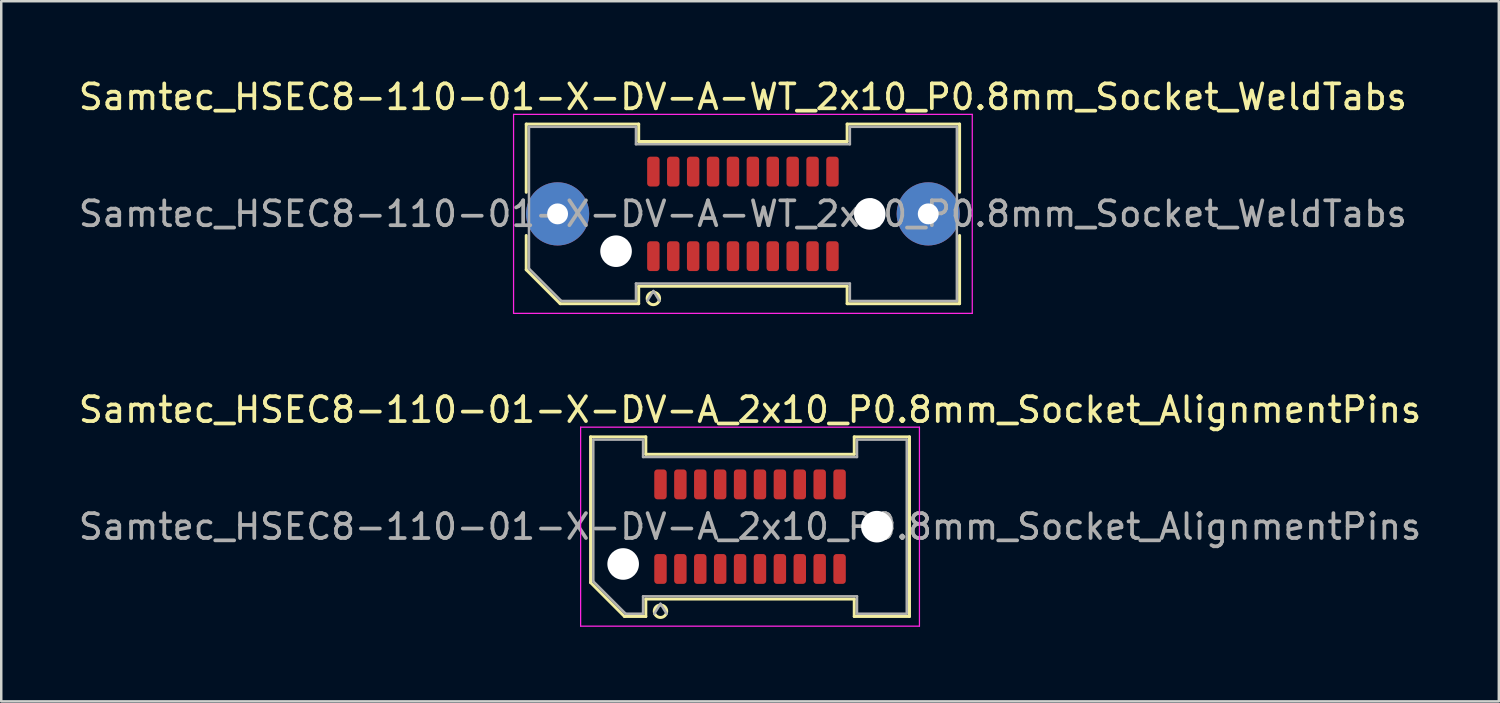
<source format=kicad_pcb>
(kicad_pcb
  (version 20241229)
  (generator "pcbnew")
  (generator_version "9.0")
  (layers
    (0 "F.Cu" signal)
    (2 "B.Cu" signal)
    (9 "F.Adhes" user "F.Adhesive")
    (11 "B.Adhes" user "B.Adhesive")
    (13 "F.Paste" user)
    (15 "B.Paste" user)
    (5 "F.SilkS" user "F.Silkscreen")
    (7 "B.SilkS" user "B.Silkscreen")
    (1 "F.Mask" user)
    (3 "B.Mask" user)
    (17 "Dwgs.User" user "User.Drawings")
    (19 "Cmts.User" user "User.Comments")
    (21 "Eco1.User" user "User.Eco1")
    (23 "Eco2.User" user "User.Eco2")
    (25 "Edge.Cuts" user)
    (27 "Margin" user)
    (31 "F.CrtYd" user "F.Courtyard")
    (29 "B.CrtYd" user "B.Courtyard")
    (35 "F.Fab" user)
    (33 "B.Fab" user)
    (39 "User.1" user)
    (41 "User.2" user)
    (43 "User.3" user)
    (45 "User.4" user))
  (footprint "Samtec_HSEC8-110-01-X-DV-A_2x10_P0.8mm_Socket_AlignmentPins"
    (layer "F.Cu")
    (at 27.101 18.122)
    (property "Reference" "Samtec_HSEC8-110-01-X-DV-A_2x10_P0.8mm_Socket_AlignmentPins" (at 0 -4.7 0) (layer "F.SilkS") (effects (font (size 1 1) (thickness 0.15))))
    (attr smd)
    (fp_line (start -6.41 -3.61) (end -4.19 -3.61) (stroke (width 0.12) (type solid)) (layer "F.SilkS"))
    (fp_line (start -6.41 2.246) (end -6.41 -3.61) (stroke (width 0.12) (type solid)) (layer "F.SilkS"))
    (fp_line (start -5.046 3.61) (end -6.41 2.246) (stroke (width 0.12) (type solid)) (layer "F.SilkS"))
    (fp_line (start -4.19 -3.61) (end -4.19 -2.91) (stroke (width 0.12) (type solid)) (layer "F.SilkS"))
    (fp_line (start -4.19 -2.91) (end 4.19 -2.91) (stroke (width 0.12) (type solid)) (layer "F.SilkS"))
    (fp_line (start -4.19 2.91) (end -4.19 3.61) (stroke (width 0.12) (type solid)) (layer "F.SilkS"))
    (fp_line (start -4.19 3.61) (end -5.046 3.61) (stroke (width 0.12) (type solid)) (layer "F.SilkS"))
    (fp_line (start 4.19 -3.61) (end 6.41 -3.61) (stroke (width 0.12) (type solid)) (layer "F.SilkS"))
    (fp_line (start 4.19 -2.91) (end 4.19 -3.61) (stroke (width 0.12) (type solid)) (layer "F.SilkS"))
    (fp_line (start 4.19 2.91) (end -4.19 2.91) (stroke (width 0.12) (type solid)) (layer "F.SilkS"))
    (fp_line (start 4.19 3.61) (end 4.19 2.91) (stroke (width 0.12) (type solid)) (layer "F.SilkS"))
    (fp_line (start 6.41 -3.61) (end 6.41 3.61) (stroke (width 0.12) (type solid)) (layer "F.SilkS"))
    (fp_line (start 6.41 3.61) (end 4.19 3.61) (stroke (width 0.12) (type solid)) (layer "F.SilkS"))
    (fp_arc (start -3.35 3.4) (mid -3.85 3.4) (end -3.35 3.4) (stroke (width 0.12) (type solid)) (layer "F.SilkS"))
    (fp_line (start -6.81 -4) (end -6.81 4) (stroke (width 0.05) (type solid)) (layer "F.CrtYd"))
    (fp_line (start -6.81 4) (end 6.81 4) (stroke (width 0.05) (type solid)) (layer "F.CrtYd"))
    (fp_line (start 6.81 -4) (end -6.81 -4) (stroke (width 0.05) (type solid)) (layer "F.CrtYd"))
    (fp_line (start 6.81 4) (end 6.81 -4) (stroke (width 0.05) (type solid)) (layer "F.CrtYd"))
    (fp_line (start -6.3 -3.5) (end -4.3 -3.5) (stroke (width 0.1) (type solid)) (layer "F.Fab"))
    (fp_line (start -6.3 2.2) (end -6.3 -3.5) (stroke (width 0.1) (type solid)) (layer "F.Fab"))
    (fp_line (start -5 3.5) (end -6.3 2.2) (stroke (width 0.1) (type solid)) (layer "F.Fab"))
    (fp_line (start -4.3 -3.5) (end -4.3 -2.8) (stroke (width 0.1) (type solid)) (layer "F.Fab"))
    (fp_line (start -4.3 -2.8) (end 4.3 -2.8) (stroke (width 0.1) (type solid)) (layer "F.Fab"))
    (fp_line (start -4.3 2.8) (end -4.3 3.5) (stroke (width 0.1) (type solid)) (layer "F.Fab"))
    (fp_line (start -4.3 3.5) (end -5 3.5) (stroke (width 0.1) (type solid)) (layer "F.Fab"))
    (fp_line (start -3.6 3.1) (end -3.85 3.5) (stroke (width 0.1) (type solid)) (layer "F.Fab"))
    (fp_line (start -3.6 3.1) (end -3.35 3.5) (stroke (width 0.1) (type solid)) (layer "F.Fab"))
    (fp_line (start 4.3 -3.5) (end 6.3 -3.5) (stroke (width 0.1) (type solid)) (layer "F.Fab"))
    (fp_line (start 4.3 -2.8) (end 4.3 -3.5) (stroke (width 0.1) (type solid)) (layer "F.Fab"))
    (fp_line (start 4.3 2.8) (end -4.3 2.8) (stroke (width 0.1) (type solid)) (layer "F.Fab"))
    (fp_line (start 4.3 3.5) (end 4.3 2.8) (stroke (width 0.1) (type solid)) (layer "F.Fab"))
    (fp_line (start 6.3 -3.5) (end 6.3 3.5) (stroke (width 0.1) (type solid)) (layer "F.Fab"))
    (fp_line (start 6.3 3.5) (end 4.3 3.5) (stroke (width 0.1) (type solid)) (layer "F.Fab"))
    (fp_text user "${REFERENCE}" (at 0 0 0) (layer "F.Fab") (effects (font (size 1 1) (thickness 0.15))))
    (pad "" np_thru_hole circle (at -5.1 1.5) (size 1.27 1.27) (drill 1.27) (layers "*.Cu" "*.Mask"))
    (pad "" np_thru_hole circle (at 5.1 0) (size 1.27 1.27) (drill 1.27) (layers "*.Cu" "*.Mask"))
    (pad "1" smd roundrect (at -3.6 1.7) (size 0.5 1.2) (layers "F.Cu" "F.Mask" "F.Paste") (roundrect_rratio 0.25))
    (pad "2" smd roundrect (at -3.6 -1.7) (size 0.5 1.2) (layers "F.Cu" "F.Mask" "F.Paste") (roundrect_rratio 0.25))
    (pad "3" smd roundrect (at -2.8 1.7) (size 0.5 1.2) (layers "F.Cu" "F.Mask" "F.Paste") (roundrect_rratio 0.25))
    (pad "4" smd roundrect (at -2.8 -1.7) (size 0.5 1.2) (layers "F.Cu" "F.Mask" "F.Paste") (roundrect_rratio 0.25))
    (pad "5" smd roundrect (at -2 1.7) (size 0.5 1.2) (layers "F.Cu" "F.Mask" "F.Paste") (roundrect_rratio 0.25))
    (pad "6" smd roundrect (at -2 -1.7) (size 0.5 1.2) (layers "F.Cu" "F.Mask" "F.Paste") (roundrect_rratio 0.25))
    (pad "7" smd roundrect (at -1.2 1.7) (size 0.5 1.2) (layers "F.Cu" "F.Mask" "F.Paste") (roundrect_rratio 0.25))
    (pad "8" smd roundrect (at -1.2 -1.7) (size 0.5 1.2) (layers "F.Cu" "F.Mask" "F.Paste") (roundrect_rratio 0.25))
    (pad "9" smd roundrect (at -0.4 1.7) (size 0.5 1.2) (layers "F.Cu" "F.Mask" "F.Paste") (roundrect_rratio 0.25))
    (pad "10" smd roundrect (at -0.4 -1.7) (size 0.5 1.2) (layers "F.Cu" "F.Mask" "F.Paste") (roundrect_rratio 0.25))
    (pad "11" smd roundrect (at 0.4 1.7) (size 0.5 1.2) (layers "F.Cu" "F.Mask" "F.Paste") (roundrect_rratio 0.25))
    (pad "12" smd roundrect (at 0.4 -1.7) (size 0.5 1.2) (layers "F.Cu" "F.Mask" "F.Paste") (roundrect_rratio 0.25))
    (pad "13" smd roundrect (at 1.2 1.7) (size 0.5 1.2) (layers "F.Cu" "F.Mask" "F.Paste") (roundrect_rratio 0.25))
    (pad "14" smd roundrect (at 1.2 -1.7) (size 0.5 1.2) (layers "F.Cu" "F.Mask" "F.Paste") (roundrect_rratio 0.25))
    (pad "15" smd roundrect (at 2 1.7) (size 0.5 1.2) (layers "F.Cu" "F.Mask" "F.Paste") (roundrect_rratio 0.25))
    (pad "16" smd roundrect (at 2 -1.7) (size 0.5 1.2) (layers "F.Cu" "F.Mask" "F.Paste") (roundrect_rratio 0.25))
    (pad "17" smd roundrect (at 2.8 1.7) (size 0.5 1.2) (layers "F.Cu" "F.Mask" "F.Paste") (roundrect_rratio 0.25))
    (pad "18" smd roundrect (at 2.8 -1.7) (size 0.5 1.2) (layers "F.Cu" "F.Mask" "F.Paste") (roundrect_rratio 0.25))
    (pad "19" smd roundrect (at 3.6 1.7) (size 0.5 1.2) (layers "F.Cu" "F.Mask" "F.Paste") (roundrect_rratio 0.25))
    (pad "20" smd roundrect (at 3.6 -1.7) (size 0.5 1.2) (layers "F.Cu" "F.Mask" "F.Paste") (roundrect_rratio 0.25)))
  (footprint "Samtec_HSEC8-110-01-X-DV-A-WT_2x10_P0.8mm_Socket_WeldTabs"
    (layer "F.Cu")
    (at 26.815 5.548)
    (property "Reference" "Samtec_HSEC8-110-01-X-DV-A-WT_2x10_P0.8mm_Socket_WeldTabs" (at 0 -4.7 0) (layer "F.SilkS") (effects (font (size 1 1) (thickness 0.15))))
    (attr smd)
    (fp_line (start -8.71 -3.61) (end -4.19 -3.61) (stroke (width 0.12) (type solid)) (layer "F.SilkS"))
    (fp_line (start -8.71 -0.868) (end -8.71 -3.61) (stroke (width 0.12) (type solid)) (layer "F.SilkS"))
    (fp_line (start -8.71 2.246) (end -8.71 0.868) (stroke (width 0.12) (type solid)) (layer "F.SilkS"))
    (fp_line (start -7.346 3.61) (end -8.71 2.246) (stroke (width 0.12) (type solid)) (layer "F.SilkS"))
    (fp_line (start -4.19 -3.61) (end -4.19 -2.91) (stroke (width 0.12) (type solid)) (layer "F.SilkS"))
    (fp_line (start -4.19 -2.91) (end 4.19 -2.91) (stroke (width 0.12) (type solid)) (layer "F.SilkS"))
    (fp_line (start -4.19 2.91) (end -4.19 3.61) (stroke (width 0.12) (type solid)) (layer "F.SilkS"))
    (fp_line (start -4.19 3.61) (end -7.346 3.61) (stroke (width 0.12) (type solid)) (layer "F.SilkS"))
    (fp_line (start 4.19 -3.61) (end 8.71 -3.61) (stroke (width 0.12) (type solid)) (layer "F.SilkS"))
    (fp_line (start 4.19 -2.91) (end 4.19 -3.61) (stroke (width 0.12) (type solid)) (layer "F.SilkS"))
    (fp_line (start 4.19 2.91) (end -4.19 2.91) (stroke (width 0.12) (type solid)) (layer "F.SilkS"))
    (fp_line (start 4.19 3.61) (end 4.19 2.91) (stroke (width 0.12) (type solid)) (layer "F.SilkS"))
    (fp_line (start 8.71 -3.61) (end 8.71 -0.868) (stroke (width 0.12) (type solid)) (layer "F.SilkS"))
    (fp_line (start 8.71 0.868) (end 8.71 3.61) (stroke (width 0.12) (type solid)) (layer "F.SilkS"))
    (fp_line (start 8.71 3.61) (end 4.19 3.61) (stroke (width 0.12) (type solid)) (layer "F.SilkS"))
    (fp_arc (start -3.35 3.4) (mid -3.85 3.4) (end -3.35 3.4) (stroke (width 0.12) (type solid)) (layer "F.SilkS"))
    (fp_line (start -9.22 -4) (end -9.22 4) (stroke (width 0.05) (type solid)) (layer "F.CrtYd"))
    (fp_line (start -9.22 4) (end 9.22 4) (stroke (width 0.05) (type solid)) (layer "F.CrtYd"))
    (fp_line (start 9.22 -4) (end -9.22 -4) (stroke (width 0.05) (type solid)) (layer "F.CrtYd"))
    (fp_line (start 9.22 4) (end 9.22 -4) (stroke (width 0.05) (type solid)) (layer "F.CrtYd"))
    (fp_line (start -8.6 -3.5) (end -4.3 -3.5) (stroke (width 0.1) (type solid)) (layer "F.Fab"))
    (fp_line (start -8.6 2.2) (end -8.6 -3.5) (stroke (width 0.1) (type solid)) (layer "F.Fab"))
    (fp_line (start -7.3 3.5) (end -8.6 2.2) (stroke (width 0.1) (type solid)) (layer "F.Fab"))
    (fp_line (start -4.3 -3.5) (end -4.3 -2.8) (stroke (width 0.1) (type solid)) (layer "F.Fab"))
    (fp_line (start -4.3 -2.8) (end 4.3 -2.8) (stroke (width 0.1) (type solid)) (layer "F.Fab"))
    (fp_line (start -4.3 2.8) (end -4.3 3.5) (stroke (width 0.1) (type solid)) (layer "F.Fab"))
    (fp_line (start -4.3 3.5) (end -7.3 3.5) (stroke (width 0.1) (type solid)) (layer "F.Fab"))
    (fp_line (start -3.6 3.1) (end -3.85 3.5) (stroke (width 0.1) (type solid)) (layer "F.Fab"))
    (fp_line (start -3.6 3.1) (end -3.35 3.5) (stroke (width 0.1) (type solid)) (layer "F.Fab"))
    (fp_line (start 4.3 -3.5) (end 8.6 -3.5) (stroke (width 0.1) (type solid)) (layer "F.Fab"))
    (fp_line (start 4.3 -2.8) (end 4.3 -3.5) (stroke (width 0.1) (type solid)) (layer "F.Fab"))
    (fp_line (start 4.3 2.8) (end -4.3 2.8) (stroke (width 0.1) (type solid)) (layer "F.Fab"))
    (fp_line (start 4.3 3.5) (end 4.3 2.8) (stroke (width 0.1) (type solid)) (layer "F.Fab"))
    (fp_line (start 8.6 -3.5) (end 8.6 3.5) (stroke (width 0.1) (type solid)) (layer "F.Fab"))
    (fp_line (start 8.6 3.5) (end 4.3 3.5) (stroke (width 0.1) (type solid)) (layer "F.Fab"))
    (fp_text user "${REFERENCE}" (at 0 0 0) (layer "F.Fab") (effects (font (size 1 1) (thickness 0.15))))
    (pad "" thru_hole circle (at -7.45 0) (size 2.54 2.54) (drill 0.84) (layers "*.Cu" "*.Mask" "F.Paste"))
    (pad "" np_thru_hole circle (at -5.1 1.5) (size 1.27 1.27) (drill 1.27) (layers "*.Cu" "*.Mask"))
    (pad "" np_thru_hole circle (at 5.1 0) (size 1.27 1.27) (drill 1.27) (layers "*.Cu" "*.Mask"))
    (pad "" thru_hole circle (at 7.45 0) (size 2.54 2.54) (drill 0.84) (layers "*.Cu" "*.Mask" "F.Paste"))
    (pad "1" smd roundrect (at -3.6 1.7) (size 0.5 1.2) (layers "F.Cu" "F.Mask" "F.Paste") (roundrect_rratio 0.25))
    (pad "2" smd roundrect (at -3.6 -1.7) (size 0.5 1.2) (layers "F.Cu" "F.Mask" "F.Paste") (roundrect_rratio 0.25))
    (pad "3" smd roundrect (at -2.8 1.7) (size 0.5 1.2) (layers "F.Cu" "F.Mask" "F.Paste") (roundrect_rratio 0.25))
    (pad "4" smd roundrect (at -2.8 -1.7) (size 0.5 1.2) (layers "F.Cu" "F.Mask" "F.Paste") (roundrect_rratio 0.25))
    (pad "5" smd roundrect (at -2 1.7) (size 0.5 1.2) (layers "F.Cu" "F.Mask" "F.Paste") (roundrect_rratio 0.25))
    (pad "6" smd roundrect (at -2 -1.7) (size 0.5 1.2) (layers "F.Cu" "F.Mask" "F.Paste") (roundrect_rratio 0.25))
    (pad "7" smd roundrect (at -1.2 1.7) (size 0.5 1.2) (layers "F.Cu" "F.Mask" "F.Paste") (roundrect_rratio 0.25))
    (pad "8" smd roundrect (at -1.2 -1.7) (size 0.5 1.2) (layers "F.Cu" "F.Mask" "F.Paste") (roundrect_rratio 0.25))
    (pad "9" smd roundrect (at -0.4 1.7) (size 0.5 1.2) (layers "F.Cu" "F.Mask" "F.Paste") (roundrect_rratio 0.25))
    (pad "10" smd roundrect (at -0.4 -1.7) (size 0.5 1.2) (layers "F.Cu" "F.Mask" "F.Paste") (roundrect_rratio 0.25))
    (pad "11" smd roundrect (at 0.4 1.7) (size 0.5 1.2) (layers "F.Cu" "F.Mask" "F.Paste") (roundrect_rratio 0.25))
    (pad "12" smd roundrect (at 0.4 -1.7) (size 0.5 1.2) (layers "F.Cu" "F.Mask" "F.Paste") (roundrect_rratio 0.25))
    (pad "13" smd roundrect (at 1.2 1.7) (size 0.5 1.2) (layers "F.Cu" "F.Mask" "F.Paste") (roundrect_rratio 0.25))
    (pad "14" smd roundrect (at 1.2 -1.7) (size 0.5 1.2) (layers "F.Cu" "F.Mask" "F.Paste") (roundrect_rratio 0.25))
    (pad "15" smd roundrect (at 2 1.7) (size 0.5 1.2) (layers "F.Cu" "F.Mask" "F.Paste") (roundrect_rratio 0.25))
    (pad "16" smd roundrect (at 2 -1.7) (size 0.5 1.2) (layers "F.Cu" "F.Mask" "F.Paste") (roundrect_rratio 0.25))
    (pad "17" smd roundrect (at 2.8 1.7) (size 0.5 1.2) (layers "F.Cu" "F.Mask" "F.Paste") (roundrect_rratio 0.25))
    (pad "18" smd roundrect (at 2.8 -1.7) (size 0.5 1.2) (layers "F.Cu" "F.Mask" "F.Paste") (roundrect_rratio 0.25))
    (pad "19" smd roundrect (at 3.6 1.7) (size 0.5 1.2) (layers "F.Cu" "F.Mask" "F.Paste") (roundrect_rratio 0.25))
    (pad "20" smd roundrect (at 3.6 -1.7) (size 0.5 1.2) (layers "F.Cu" "F.Mask" "F.Paste") (roundrect_rratio 0.25)))
  (gr_rect
    (start -3 -3)
    (end 57.202 25.146)
    (stroke (width 0.1) (type default))
    (fill no)
    (layer "Edge.Cuts")))
</source>
